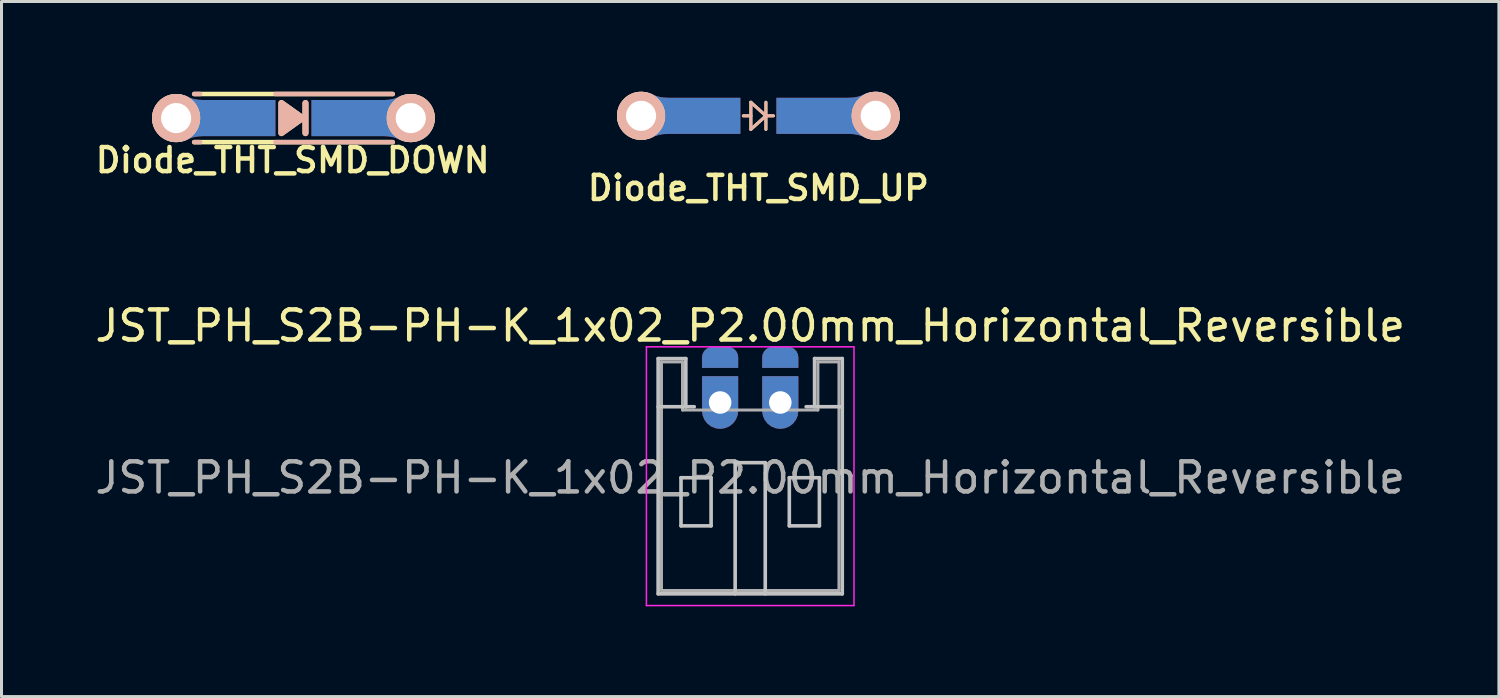
<source format=kicad_pcb>
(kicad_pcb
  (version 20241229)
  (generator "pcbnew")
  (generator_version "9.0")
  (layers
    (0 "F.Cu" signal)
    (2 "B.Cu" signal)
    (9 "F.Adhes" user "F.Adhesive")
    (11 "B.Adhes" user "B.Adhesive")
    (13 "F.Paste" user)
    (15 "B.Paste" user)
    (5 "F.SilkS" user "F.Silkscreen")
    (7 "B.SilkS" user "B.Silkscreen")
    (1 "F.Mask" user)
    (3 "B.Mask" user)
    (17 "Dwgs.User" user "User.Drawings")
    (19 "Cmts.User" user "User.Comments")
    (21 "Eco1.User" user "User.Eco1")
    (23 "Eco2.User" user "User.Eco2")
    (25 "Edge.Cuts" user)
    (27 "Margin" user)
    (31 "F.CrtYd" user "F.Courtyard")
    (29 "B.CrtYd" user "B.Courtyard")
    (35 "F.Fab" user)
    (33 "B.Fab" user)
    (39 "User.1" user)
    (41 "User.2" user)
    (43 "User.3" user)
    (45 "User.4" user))
  (footprint "JST_PH_S2B-PH-K_1x02_P2.00mm_Horizontal_Reversible"
    (layer "F.Cu")
    (at 20.887 10.329)
    (property "Reference" "JST_PH_S2B-PH-K_1x02_P2.00mm_Horizontal_Reversible" (at 1 -2.55 0) (layer "F.SilkS") (effects (font (size 1 1) (thickness 0.15))))
    (attr through_hole)
    (fp_line (start -2.06 -1.46) (end -2.06 6.36) (stroke (width 0.12) (type solid)) (layer "Dwgs.User"))
    (fp_line (start -2.06 0.14) (end -1.14 0.14) (stroke (width 0.12) (type solid)) (layer "Dwgs.User"))
    (fp_line (start -2.06 6.36) (end 4.06 6.36) (stroke (width 0.12) (type solid)) (layer "Dwgs.User"))
    (fp_line (start -1.3 2.5) (end -1.3 4.1) (stroke (width 0.12) (type solid)) (layer "Dwgs.User"))
    (fp_line (start -1.3 4.1) (end -0.3 4.1) (stroke (width 0.12) (type solid)) (layer "Dwgs.User"))
    (fp_line (start -1.14 -1.46) (end -2.06 -1.46) (stroke (width 0.12) (type solid)) (layer "Dwgs.User"))
    (fp_line (start -1.14 0.14) (end -1.14 -1.46) (stroke (width 0.12) (type solid)) (layer "Dwgs.User"))
    (fp_line (start -0.86 0.14) (end -1.14 0.14) (stroke (width 0.12) (type solid)) (layer "Dwgs.User"))
    (fp_line (start -0.3 2.5) (end -1.3 2.5) (stroke (width 0.12) (type solid)) (layer "Dwgs.User"))
    (fp_line (start -0.3 4.1) (end -0.3 2.5) (stroke (width 0.12) (type solid)) (layer "Dwgs.User"))
    (fp_line (start 0.5 2) (end 1.5 2) (stroke (width 0.12) (type solid)) (layer "Dwgs.User"))
    (fp_line (start 0.5 6.36) (end 0.5 2) (stroke (width 0.12) (type solid)) (layer "Dwgs.User"))
    (fp_line (start 1.5 2) (end 1.5 6.36) (stroke (width 0.12) (type solid)) (layer "Dwgs.User"))
    (fp_line (start 2.3 4.1) (end 2.3 2.5) (stroke (width 0.12) (type solid)) (layer "Dwgs.User"))
    (fp_line (start 2.3 2.5) (end 3.3 2.5) (stroke (width 0.12) (type solid)) (layer "Dwgs.User"))
    (fp_line (start 3.14 -1.46) (end 3.14 0.14) (stroke (width 0.12) (type solid)) (layer "Dwgs.User"))
    (fp_line (start 3.14 0.14) (end 2.86 0.14) (stroke (width 0.12) (type solid)) (layer "Dwgs.User"))
    (fp_line (start 3.3 2.5) (end 3.3 4.1) (stroke (width 0.12) (type solid)) (layer "Dwgs.User"))
    (fp_line (start 3.3 4.1) (end 2.3 4.1) (stroke (width 0.12) (type solid)) (layer "Dwgs.User"))
    (fp_line (start 4.06 -1.46) (end 3.14 -1.46) (stroke (width 0.12) (type solid)) (layer "Dwgs.User"))
    (fp_line (start 4.06 0.14) (end 3.14 0.14) (stroke (width 0.12) (type solid)) (layer "Dwgs.User"))
    (fp_line (start 4.06 6.36) (end 4.06 -1.46) (stroke (width 0.12) (type solid)) (layer "Dwgs.User"))
    (fp_line (start -2.45 -1.85) (end -2.45 6.75) (stroke (width 0.05) (type solid)) (layer "F.CrtYd"))
    (fp_line (start -2.45 6.75) (end 4.45 6.75) (stroke (width 0.05) (type solid)) (layer "F.CrtYd"))
    (fp_line (start 4.45 -1.85) (end -2.45 -1.85) (stroke (width 0.05) (type solid)) (layer "F.CrtYd"))
    (fp_line (start 4.45 6.75) (end 4.45 -1.85) (stroke (width 0.05) (type solid)) (layer "F.CrtYd"))
    (fp_line (start -1.95 -1.35) (end -1.95 6.25) (stroke (width 0.1) (type solid)) (layer "F.Fab"))
    (fp_line (start -1.95 6.25) (end 3.95 6.25) (stroke (width 0.1) (type solid)) (layer "F.Fab"))
    (fp_line (start -1.25 -1.35) (end -1.95 -1.35) (stroke (width 0.1) (type solid)) (layer "F.Fab"))
    (fp_line (start -1.25 0.25) (end -1.25 -1.35) (stroke (width 0.1) (type solid)) (layer "F.Fab"))
    (fp_line (start 3.25 -1.35) (end 3.25 0.25) (stroke (width 0.1) (type solid)) (layer "F.Fab"))
    (fp_line (start 3.25 0.25) (end -1.25 0.25) (stroke (width 0.1) (type solid)) (layer "F.Fab"))
    (fp_line (start 3.95 -1.35) (end 3.25 -1.35) (stroke (width 0.1) (type solid)) (layer "F.Fab"))
    (fp_line (start 3.95 6.25) (end 3.95 -1.35) (stroke (width 0.1) (type solid)) (layer "F.Fab"))
    (fp_text user "${REFERENCE}" (at 1 2.5 0) (layer "F.Fab") (effects (font (size 1 1) (thickness 0.15))))
    (pad "" thru_hole roundrect (at 0 0 180) (size 1.2 1.75) (drill 0.75) (layers "*.Cu" "*.Mask") (roundrect_rratio 0.5) (chamfer_ratio 0) (chamfer bottom_left bottom_right))
    (pad "" thru_hole roundrect (at 2 0 180) (size 1.2 1.75) (drill 0.75) (layers "*.Cu" "*.Mask") (roundrect_rratio 0.5) (chamfer_ratio 0) (chamfer bottom_left bottom_right))
    (pad "1" smd roundrect (at 0 -1.5) (size 1.2 0.7) (layers "F.Cu" "F.Mask" "F.Paste") (roundrect_rratio 0.5) (chamfer_ratio 0) (chamfer bottom_left bottom_right))
    (pad "1" smd roundrect (at 2 -1.5) (size 1.2 0.7) (layers "B.Cu" "B.Mask" "B.Paste") (roundrect_rratio 0.5) (chamfer_ratio 0) (chamfer bottom_left bottom_right))
    (pad "2" smd roundrect (at 0 -1.5) (size 1.2 0.7) (layers "B.Cu" "B.Mask" "B.Paste") (roundrect_rratio 0.5) (chamfer_ratio 0) (chamfer bottom_left bottom_right))
    (pad "2" smd roundrect (at 2 -1.5) (size 1.2 0.7) (layers "F.Cu" "F.Mask" "F.Paste") (roundrect_rratio 0.5) (chamfer_ratio 0) (chamfer bottom_left bottom_right)))
  (footprint "Diode_THT_SMD_UP"
    (layer "F.Cu")
    (at 22.159 0.8)
    (property "Reference" "Diode_THT_SMD_UP" (at 0 2.4 0) (layer "F.SilkS") (effects (font (size 0.8 0.8) (thickness 0.15))))
    (attr smd)
    (fp_line (start -0.25 -0.45) (end 0.25 0) (stroke (width 0.1) (type default)) (layer "F.SilkS"))
    (fp_line (start -0.25 0) (end -0.5 0) (stroke (width 0.1) (type default)) (layer "F.SilkS"))
    (fp_line (start -0.25 0.45) (end -0.25 -0.45) (stroke (width 0.1) (type default)) (layer "F.SilkS"))
    (fp_line (start 0.25 -0.45) (end 0.25 0.45) (stroke (width 0.1) (type default)) (layer "F.SilkS"))
    (fp_line (start 0.25 0) (end -0.25 0.45) (stroke (width 0.1) (type default)) (layer "F.SilkS"))
    (fp_line (start 0.25 0) (end 0.5 0) (stroke (width 0.1) (type default)) (layer "F.SilkS"))
    (fp_line (start -0.25 -0.45) (end 0.25 0) (stroke (width 0.1) (type default)) (layer "B.SilkS"))
    (fp_line (start -0.25 0) (end -0.5 0) (stroke (width 0.1) (type default)) (layer "B.SilkS"))
    (fp_line (start -0.25 0.45) (end -0.25 -0.45) (stroke (width 0.1) (type default)) (layer "B.SilkS"))
    (fp_line (start 0.25 -0.45) (end 0.25 0.45) (stroke (width 0.1) (type default)) (layer "B.SilkS"))
    (fp_line (start 0.25 0) (end -0.25 0.45) (stroke (width 0.1) (type default)) (layer "B.SilkS"))
    (fp_line (start 0.25 0) (end 0.5 0) (stroke (width 0.1) (type default)) (layer "B.SilkS"))
    (pad "1" smd custom (at 2.5 0) (size 3.8 1.2) (layers "F.Cu" "F.Mask" "F.Paste") (options (anchor rect)) (primitives (gr_poly (pts (xy 1.57 -0.67) (xy 1.44 -0.69) (xy 1.36 -0.69) (xy 1.24 -0.68) (xy 1.14 -0.66) (xy 1.07 -0.63) (xy 1 -0.59) (xy 0.85 -0.54) (xy 0.69 -0.51) (xy 0.32 -0.49) (xy 1.27 -0.35)) (width 0.2) (fill yes)) (gr_poly (pts (xy 1.57 0.67) (xy 1.44 0.69) (xy 1.36 0.69) (xy 1.24 0.68) (xy 1.14 0.66) (xy 1.07 0.63) (xy 1 0.59) (xy 0.85 0.54) (xy 0.69 0.51) (xy 0.32 0.49) (xy 1.27 0.35)) (width 0.2) (fill yes))))
    (pad "1" smd custom (at 2.5 0) (size 3.8 1.2) (layers "B.Cu" "B.Mask" "B.Paste") (options (anchor rect)) (primitives (gr_poly (pts (xy 1.56 -0.67) (xy 1.43 -0.69) (xy 1.35 -0.69) (xy 1.23 -0.68) (xy 1.13 -0.66) (xy 1.06 -0.63) (xy 0.99 -0.59) (xy 0.84 -0.54) (xy 0.68 -0.51) (xy 0.31 -0.49) (xy 1.26 -0.35)) (width 0.2) (fill yes)) (gr_poly (pts (xy 1.57 0.67) (xy 1.44 0.69) (xy 1.36 0.69) (xy 1.24 0.68) (xy 1.14 0.66) (xy 1.07 0.63) (xy 1 0.59) (xy 0.85 0.54) (xy 0.69 0.51) (xy 0.32 0.49) (xy 1.27 0.35)) (width 0.2) (fill yes))))
    (pad "1" thru_hole circle (at 3.9 0) (size 1.6 1.6) (drill 1) (layers "*.Cu" "*.SilkS" "*.Mask"))
    (pad "2" thru_hole circle (at -3.9 0) (size 1.6 1.6) (drill 1) (layers "*.Cu" "*.SilkS" "*.Mask"))
    (pad "2" smd custom (at -2.5 0) (size 3.8 1.2) (layers "F.Cu" "F.Mask" "F.Paste") (options (anchor rect)) (primitives (gr_poly (pts (xy -1.57 -0.67) (xy -1.44 -0.69) (xy -1.36 -0.69) (xy -1.24 -0.68) (xy -1.14 -0.66) (xy -1.07 -0.63) (xy -1 -0.59) (xy -0.85 -0.54) (xy -0.69 -0.51) (xy -0.32 -0.49) (xy -1.27 -0.35)) (width 0.2) (fill yes)) (gr_poly (pts (xy -1.57 0.67) (xy -1.44 0.69) (xy -1.36 0.69) (xy -1.24 0.68) (xy -1.14 0.66) (xy -1.07 0.63) (xy -1 0.59) (xy -0.85 0.54) (xy -0.69 0.51) (xy -0.32 0.49) (xy -1.27 0.35)) (width 0.2) (fill yes))))
    (pad "2" smd custom (at -2.5 0) (size 3.8 1.2) (layers "B.Cu" "B.Mask" "B.Paste") (options (anchor rect)) (primitives (gr_poly (pts (xy -1.57 -0.67) (xy -1.44 -0.69) (xy -1.36 -0.69) (xy -1.24 -0.68) (xy -1.14 -0.66) (xy -1.07 -0.63) (xy -1 -0.59) (xy -0.85 -0.54) (xy -0.69 -0.51) (xy -0.32 -0.49) (xy -1.27 -0.35)) (width 0.2) (fill yes)) (gr_poly (pts (xy -1.57 0.67) (xy -1.44 0.69) (xy -1.36 0.69) (xy -1.24 0.68) (xy -1.14 0.66) (xy -1.07 0.63) (xy -1 0.59) (xy -0.85 0.54) (xy -0.69 0.51) (xy -0.32 0.49) (xy -1.27 0.35)) (width 0.2) (fill yes)))))
  (footprint "Diode_THT_SMD_DOWN"
    (layer "F.Cu")
    (at 6.704 0.875)
    (property "Reference" "Diode_THT_SMD_DOWN" (at -0.025 1.4 0) (layer "F.SilkS") (effects (font (size 0.8 0.8) (thickness 0.15))))
    (attr smd)
    (fp_line (start -3.3 0.8) (end 3.3 0.8) (stroke (width 0.15) (type solid)) (layer "F.SilkS"))
    (fp_line (start 0.4 0.5) (end 0.4 -0.5) (stroke (width 0.2) (type default)) (layer "F.SilkS"))
    (fp_line (start 3.3 -0.8) (end -3.3 -0.8) (stroke (width 0.15) (type solid)) (layer "F.SilkS"))
    (fp_poly (pts (xy 0.3 0) (xy -0.4 0.5) (xy -0.4 -0.5)) (stroke (width 0.2) (type solid)) (fill yes) (layer "F.SilkS"))
    (fp_line (start -3.3 -0.8) (end -3.1 -0.8) (stroke (width 0.15) (type solid)) (layer "B.SilkS"))
    (fp_line (start -3.3 0.8) (end -3.1 0.8) (stroke (width 0.15) (type solid)) (layer "B.SilkS"))
    (fp_line (start -0.6 0.8) (end 3.3 0.8) (stroke (width 0.15) (type solid)) (layer "B.SilkS"))
    (fp_line (start 0.4 0.5) (end 0.4 -0.5) (stroke (width 0.2) (type default)) (layer "B.SilkS"))
    (fp_line (start 3.3 -0.8) (end -0.6 -0.8) (stroke (width 0.15) (type solid)) (layer "B.SilkS"))
    (fp_poly (pts (xy 0.3 0) (xy -0.4 0.5) (xy -0.4 -0.5)) (stroke (width 0.2) (type solid)) (fill yes) (layer "B.SilkS"))
    (pad "1" smd custom (at 2.5 0) (size 3.8 1.2) (layers "F.Cu" "F.Mask" "F.Paste") (options (anchor rect)) (primitives (gr_poly (pts (xy 1.57 -0.67) (xy 1.44 -0.69) (xy 1.36 -0.69) (xy 1.24 -0.68) (xy 1.14 -0.66) (xy 1.07 -0.63) (xy 1 -0.59) (xy 0.85 -0.54) (xy 0.69 -0.51) (xy 0.32 -0.49) (xy 1.27 -0.35)) (width 0.2) (fill yes)) (gr_poly (pts (xy 1.57 0.67) (xy 1.44 0.69) (xy 1.36 0.69) (xy 1.24 0.68) (xy 1.14 0.66) (xy 1.07 0.63) (xy 1 0.59) (xy 0.85 0.54) (xy 0.69 0.51) (xy 0.32 0.49) (xy 1.27 0.35)) (width 0.2) (fill yes))))
    (pad "1" smd custom (at 2.5 0) (size 3.8 1.2) (layers "B.Cu" "B.Mask" "B.Paste") (options (anchor rect)) (primitives (gr_poly (pts (xy 1.56 -0.67) (xy 1.43 -0.69) (xy 1.35 -0.69) (xy 1.23 -0.68) (xy 1.13 -0.66) (xy 1.06 -0.63) (xy 0.99 -0.59) (xy 0.84 -0.54) (xy 0.68 -0.51) (xy 0.31 -0.49) (xy 1.26 -0.35)) (width 0.2) (fill yes)) (gr_poly (pts (xy 1.57 0.67) (xy 1.44 0.69) (xy 1.36 0.69) (xy 1.24 0.68) (xy 1.14 0.66) (xy 1.07 0.63) (xy 1 0.59) (xy 0.85 0.54) (xy 0.69 0.51) (xy 0.32 0.49) (xy 1.27 0.35)) (width 0.2) (fill yes))))
    (pad "1" thru_hole circle (at 3.9 0) (size 1.6 1.6) (drill 1) (layers "*.Cu" "*.SilkS" "*.Mask"))
    (pad "2" thru_hole circle (at -3.9 0) (size 1.6 1.6) (drill 1) (layers "*.Cu" "*.SilkS" "*.Mask"))
    (pad "2" smd custom (at -2.5 0) (size 3.8 1.2) (layers "F.Cu" "F.Mask" "F.Paste") (options (anchor rect)) (primitives (gr_poly (pts (xy -1.57 -0.67) (xy -1.44 -0.69) (xy -1.36 -0.69) (xy -1.24 -0.68) (xy -1.14 -0.66) (xy -1.07 -0.63) (xy -1 -0.59) (xy -0.85 -0.54) (xy -0.69 -0.51) (xy -0.32 -0.49) (xy -1.27 -0.35)) (width 0.2) (fill yes)) (gr_poly (pts (xy -1.57 0.67) (xy -1.44 0.69) (xy -1.36 0.69) (xy -1.24 0.68) (xy -1.14 0.66) (xy -1.07 0.63) (xy -1 0.59) (xy -0.85 0.54) (xy -0.69 0.51) (xy -0.32 0.49) (xy -1.27 0.35)) (width 0.2) (fill yes))))
    (pad "2" smd custom (at -2.5 0) (size 3.8 1.2) (layers "B.Cu" "B.Mask" "B.Paste") (options (anchor rect)) (primitives (gr_poly (pts (xy -1.57 -0.67) (xy -1.44 -0.69) (xy -1.36 -0.69) (xy -1.24 -0.68) (xy -1.14 -0.66) (xy -1.07 -0.63) (xy -1 -0.59) (xy -0.85 -0.54) (xy -0.69 -0.51) (xy -0.32 -0.49) (xy -1.27 -0.35)) (width 0.2) (fill yes)) (gr_poly (pts (xy -1.57 0.67) (xy -1.44 0.69) (xy -1.36 0.69) (xy -1.24 0.68) (xy -1.14 0.66) (xy -1.07 0.63) (xy -1 0.59) (xy -0.85 0.54) (xy -0.69 0.51) (xy -0.32 0.49) (xy -1.27 0.35)) (width 0.2) (fill yes)))))
  (gr_rect
    (start -3 -3)
    (end 46.774 20.105)
    (stroke (width 0.1) (type default))
    (fill no)
    (layer "Edge.Cuts")))
</source>
